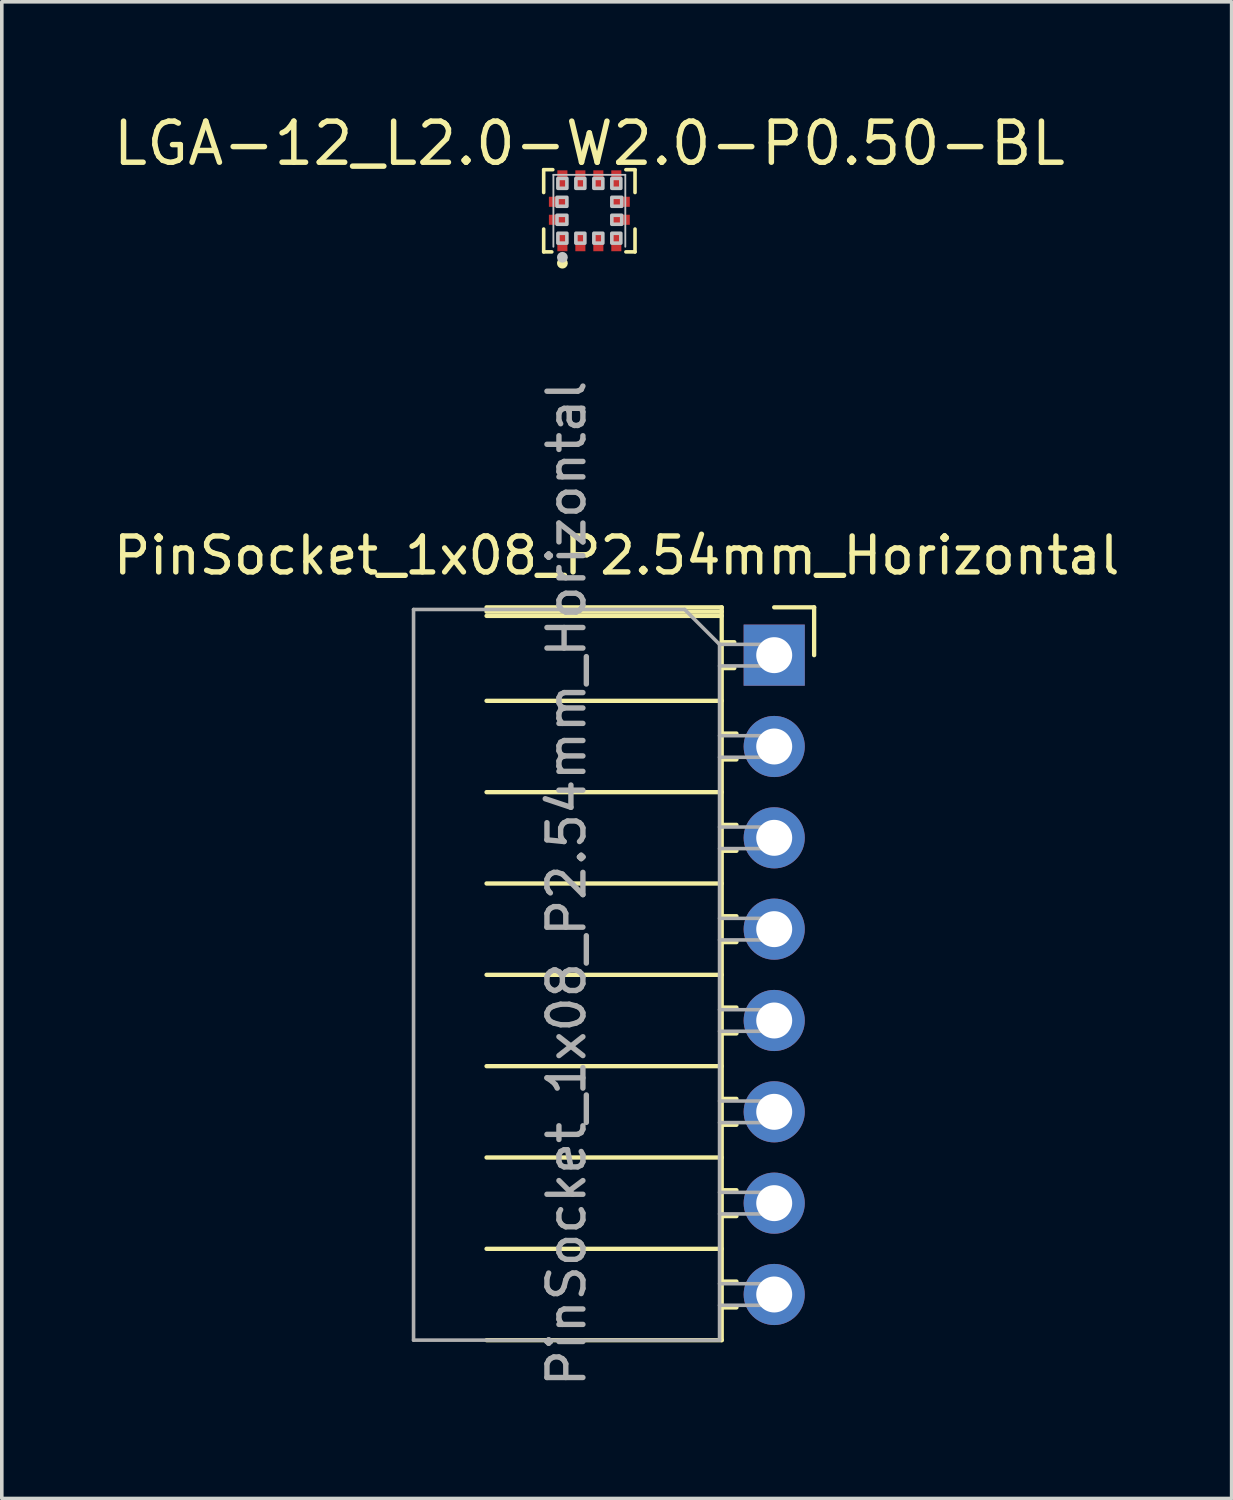
<source format=kicad_pcb>
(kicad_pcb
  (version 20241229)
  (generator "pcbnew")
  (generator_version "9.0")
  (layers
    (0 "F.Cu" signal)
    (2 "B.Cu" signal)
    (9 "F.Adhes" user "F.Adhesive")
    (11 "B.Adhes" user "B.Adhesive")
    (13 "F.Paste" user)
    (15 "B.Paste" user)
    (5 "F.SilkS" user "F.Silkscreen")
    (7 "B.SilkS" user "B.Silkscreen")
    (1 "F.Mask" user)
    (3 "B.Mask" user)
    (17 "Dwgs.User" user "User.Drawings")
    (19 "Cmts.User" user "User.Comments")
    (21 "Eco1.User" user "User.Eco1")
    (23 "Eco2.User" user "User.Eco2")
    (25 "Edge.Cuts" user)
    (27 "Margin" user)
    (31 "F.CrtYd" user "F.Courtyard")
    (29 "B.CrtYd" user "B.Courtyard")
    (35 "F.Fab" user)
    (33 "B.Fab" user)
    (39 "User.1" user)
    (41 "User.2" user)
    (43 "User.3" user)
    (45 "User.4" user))
  (footprint "PinSocket_1x08_P2.54mm_Horizontal"
    (layer "F.Cu")
    (at 18.481 24.06)
    (property "Reference" "PinSocket_1x08_P2.54mm_Horizontal" (at -4.38 -11.66 180) (layer "F.SilkS") (effects (font (size 1 1) (thickness 0.15))))
    (attr through_hole exclude_from_bom)
    (fp_line (start -8 -10.22) (end -1.46 -10.22) (stroke (width 0.12) (type solid)) (layer "F.SilkS"))
    (fp_line (start -8 -10.1) (end -1.46 -10.1) (stroke (width 0.12) (type solid)) (layer "F.SilkS"))
    (fp_line (start -8 -9.982) (end -1.46 -9.982) (stroke (width 0.12) (type solid)) (layer "F.SilkS"))
    (fp_line (start -8 -7.62) (end -1.46 -7.62) (stroke (width 0.12) (type solid)) (layer "F.SilkS"))
    (fp_line (start -8 -5.08) (end -1.46 -5.08) (stroke (width 0.12) (type solid)) (layer "F.SilkS"))
    (fp_line (start -8 -2.54) (end -1.46 -2.54) (stroke (width 0.12) (type solid)) (layer "F.SilkS"))
    (fp_line (start -8 0) (end -1.46 0) (stroke (width 0.12) (type solid)) (layer "F.SilkS"))
    (fp_line (start -8 2.54) (end -1.46 2.54) (stroke (width 0.12) (type solid)) (layer "F.SilkS"))
    (fp_line (start -8 5.08) (end -1.46 5.08) (stroke (width 0.12) (type solid)) (layer "F.SilkS"))
    (fp_line (start -8 7.62) (end -1.46 7.62) (stroke (width 0.12) (type solid)) (layer "F.SilkS"))
    (fp_line (start -8 10.16) (end -1.46 10.16) (stroke (width 0.12) (type solid)) (layer "F.SilkS"))
    (fp_line (start -1.46 -10.22) (end -1.46 10.16) (stroke (width 0.12) (type solid)) (layer "F.SilkS"))
    (fp_line (start -1.46 -9.25) (end -1.11 -9.25) (stroke (width 0.12) (type solid)) (layer "F.SilkS"))
    (fp_line (start -1.46 -8.53) (end -1.11 -8.53) (stroke (width 0.12) (type solid)) (layer "F.SilkS"))
    (fp_line (start -1.46 -6.71) (end -1.05 -6.71) (stroke (width 0.12) (type solid)) (layer "F.SilkS"))
    (fp_line (start -1.46 -5.99) (end -1.05 -5.99) (stroke (width 0.12) (type solid)) (layer "F.SilkS"))
    (fp_line (start -1.46 -4.17) (end -1.05 -4.17) (stroke (width 0.12) (type solid)) (layer "F.SilkS"))
    (fp_line (start -1.46 -3.45) (end -1.05 -3.45) (stroke (width 0.12) (type solid)) (layer "F.SilkS"))
    (fp_line (start -1.46 -1.63) (end -1.05 -1.63) (stroke (width 0.12) (type solid)) (layer "F.SilkS"))
    (fp_line (start -1.46 -0.91) (end -1.05 -0.91) (stroke (width 0.12) (type solid)) (layer "F.SilkS"))
    (fp_line (start -1.46 0.91) (end -1.05 0.91) (stroke (width 0.12) (type solid)) (layer "F.SilkS"))
    (fp_line (start -1.46 1.63) (end -1.05 1.63) (stroke (width 0.12) (type solid)) (layer "F.SilkS"))
    (fp_line (start -1.46 3.45) (end -1.05 3.45) (stroke (width 0.12) (type solid)) (layer "F.SilkS"))
    (fp_line (start -1.46 4.17) (end -1.05 4.17) (stroke (width 0.12) (type solid)) (layer "F.SilkS"))
    (fp_line (start -1.46 5.99) (end -1.05 5.99) (stroke (width 0.12) (type solid)) (layer "F.SilkS"))
    (fp_line (start -1.46 6.71) (end -1.05 6.71) (stroke (width 0.12) (type solid)) (layer "F.SilkS"))
    (fp_line (start -1.46 8.53) (end -1.05 8.53) (stroke (width 0.12) (type solid)) (layer "F.SilkS"))
    (fp_line (start -1.46 9.25) (end -1.05 9.25) (stroke (width 0.12) (type solid)) (layer "F.SilkS"))
    (fp_line (start 0 -10.22) (end 1.11 -10.22) (stroke (width 0.12) (type solid)) (layer "F.SilkS"))
    (fp_line (start 1.11 -10.22) (end 1.11 -8.89) (stroke (width 0.12) (type solid)) (layer "F.SilkS"))
    (fp_line (start -10.03 -10.16) (end -2.49 -10.16) (stroke (width 0.1) (type solid)) (layer "F.Fab"))
    (fp_line (start -10.03 10.16) (end -10.03 -10.16) (stroke (width 0.1) (type solid)) (layer "F.Fab"))
    (fp_line (start -2.49 -10.16) (end -1.52 -9.19) (stroke (width 0.1) (type solid)) (layer "F.Fab"))
    (fp_line (start -1.52 -9.19) (end -1.52 10.16) (stroke (width 0.1) (type solid)) (layer "F.Fab"))
    (fp_line (start -1.52 -8.59) (end 0 -8.59) (stroke (width 0.1) (type solid)) (layer "F.Fab"))
    (fp_line (start -1.52 -6.05) (end 0 -6.05) (stroke (width 0.1) (type solid)) (layer "F.Fab"))
    (fp_line (start -1.52 -3.51) (end 0 -3.51) (stroke (width 0.1) (type solid)) (layer "F.Fab"))
    (fp_line (start -1.52 -0.97) (end 0 -0.97) (stroke (width 0.1) (type solid)) (layer "F.Fab"))
    (fp_line (start -1.52 1.57) (end 0 1.57) (stroke (width 0.1) (type solid)) (layer "F.Fab"))
    (fp_line (start -1.52 4.11) (end 0 4.11) (stroke (width 0.1) (type solid)) (layer "F.Fab"))
    (fp_line (start -1.52 6.65) (end 0 6.65) (stroke (width 0.1) (type solid)) (layer "F.Fab"))
    (fp_line (start -1.52 9.19) (end 0 9.19) (stroke (width 0.1) (type solid)) (layer "F.Fab"))
    (fp_line (start -1.52 10.16) (end -10.03 10.16) (stroke (width 0.1) (type solid)) (layer "F.Fab"))
    (fp_line (start 0 -9.19) (end -1.52 -9.19) (stroke (width 0.1) (type solid)) (layer "F.Fab"))
    (fp_line (start 0 -8.59) (end 0 -9.19) (stroke (width 0.1) (type solid)) (layer "F.Fab"))
    (fp_line (start 0 -6.65) (end -1.52 -6.65) (stroke (width 0.1) (type solid)) (layer "F.Fab"))
    (fp_line (start 0 -6.05) (end 0 -6.65) (stroke (width 0.1) (type solid)) (layer "F.Fab"))
    (fp_line (start 0 -4.11) (end -1.52 -4.11) (stroke (width 0.1) (type solid)) (layer "F.Fab"))
    (fp_line (start 0 -3.51) (end 0 -4.11) (stroke (width 0.1) (type solid)) (layer "F.Fab"))
    (fp_line (start 0 -1.57) (end -1.52 -1.57) (stroke (width 0.1) (type solid)) (layer "F.Fab"))
    (fp_line (start 0 -0.97) (end 0 -1.57) (stroke (width 0.1) (type solid)) (layer "F.Fab"))
    (fp_line (start 0 0.97) (end -1.52 0.97) (stroke (width 0.1) (type solid)) (layer "F.Fab"))
    (fp_line (start 0 1.57) (end 0 0.97) (stroke (width 0.1) (type solid)) (layer "F.Fab"))
    (fp_line (start 0 3.51) (end -1.52 3.51) (stroke (width 0.1) (type solid)) (layer "F.Fab"))
    (fp_line (start 0 4.11) (end 0 3.51) (stroke (width 0.1) (type solid)) (layer "F.Fab"))
    (fp_line (start 0 6.05) (end -1.52 6.05) (stroke (width 0.1) (type solid)) (layer "F.Fab"))
    (fp_line (start 0 8.59) (end -1.52 8.59) (stroke (width 0.1) (type solid)) (layer "F.Fab"))
    (fp_text user "${REFERENCE}" (at -5.775 -2.54 270) (layer "F.Fab") (effects (font (size 1 1) (thickness 0.15))))
    (pad "1" thru_hole rect (at 0 -8.89) (size 1.7 1.7) (drill 1) (layers "*.Cu" "*.Mask"))
    (pad "2" thru_hole oval (at 0 -6.35) (size 1.7 1.7) (drill 1) (layers "*.Cu" "*.Mask"))
    (pad "3" thru_hole oval (at 0 -3.81) (size 1.7 1.7) (drill 1) (layers "*.Cu" "*.Mask"))
    (pad "4" thru_hole oval (at 0 -1.27) (size 1.7 1.7) (drill 1) (layers "*.Cu" "*.Mask"))
    (pad "5" thru_hole oval (at 0 1.27) (size 1.7 1.7) (drill 1) (layers "*.Cu" "*.Mask"))
    (pad "6" thru_hole oval (at 0 3.81) (size 1.7 1.7) (drill 1) (layers "*.Cu" "*.Mask"))
    (pad "7" thru_hole oval (at 0 6.35) (size 1.7 1.7) (drill 1) (layers "*.Cu" "*.Mask"))
    (pad "8" thru_hole oval (at 0 8.89) (size 1.7 1.7) (drill 1) (layers "*.Cu" "*.Mask")))
  (footprint "LGA-12_L2.0-W2.0-P0.50-BL"
    (layer "F.Cu")
    (at 13.34 2.812)
    (property "Reference" "LGA-12_L2.0-W2.0-P0.50-BL" (at 0 -2.54 0) (layer "F.SilkS") (effects (font (size 1.143 1.143) (thickness 0.152)) (justify top)))
    (attr smd)
    (fp_line (start -1.27 -1.143) (end -1.27 -0.508) (stroke (width 0.1) (type solid)) (layer "F.SilkS"))
    (fp_line (start -1.27 0.508) (end -1.27 1.143) (stroke (width 0.1) (type solid)) (layer "F.SilkS"))
    (fp_line (start -1.27 1.143) (end -1.044 1.143) (stroke (width 0.1) (type solid)) (layer "F.SilkS"))
    (fp_line (start -1.016 -1.143) (end -1.27 -1.143) (stroke (width 0.1) (type solid)) (layer "F.SilkS"))
    (fp_line (start 1.016 -1.143) (end 1.27 -1.143) (stroke (width 0.1) (type solid)) (layer "F.SilkS"))
    (fp_line (start 1.27 -1.143) (end 1.27 -0.508) (stroke (width 0.1) (type solid)) (layer "F.SilkS"))
    (fp_line (start 1.27 0.508) (end 1.27 1.143) (stroke (width 0.1) (type solid)) (layer "F.SilkS"))
    (fp_line (start 1.27 1.143) (end 1.016 1.143) (stroke (width 0.1) (type solid)) (layer "F.SilkS"))
    (fp_arc (start -0.675 1.464) (mid -0.825237 1.453343) (end -0.674675 1.457307) (stroke (width 0.15) (type solid)) (layer "F.SilkS"))
    (fp_line (start -1 -1) (end 1 -1) (stroke (width 0.051) (type solid)) (layer "Dwgs.User"))
    (fp_line (start -1 1) (end -1 -1) (stroke (width 0.051) (type solid)) (layer "Dwgs.User"))
    (fp_line (start 1 -1) (end 1 1) (stroke (width 0.051) (type solid)) (layer "Dwgs.User"))
    (fp_arc (start -0.675 1.299) (mid -0.825193 1.290342) (end -0.674764 1.29231) (stroke (width 0.15) (type solid)) (layer "Dwgs.User"))
    (fp_poly (pts (xy -0.875 0.625) (xy -0.625 0.625) (xy -0.625 0.9) (xy -0.875 0.9) (xy -0.875 0.625)) (stroke (width 0.1) (type solid)) (fill no) (layer "Dwgs.User"))
    (fp_poly (pts (xy -0.625 -0.625) (xy -0.875 -0.625) (xy -0.875 -0.9) (xy -0.625 -0.9) (xy -0.625 -0.625)) (stroke (width 0.1) (type solid)) (fill no) (layer "Dwgs.User"))
    (fp_poly (pts (xy -0.625 -0.375) (xy -0.625 -0.125) (xy -0.9 -0.125) (xy -0.9 -0.375) (xy -0.625 -0.375)) (stroke (width 0.1) (type solid)) (fill no) (layer "Dwgs.User"))
    (fp_poly (pts (xy -0.625 0.125) (xy -0.625 0.375) (xy -0.9 0.375) (xy -0.9 0.125) (xy -0.625 0.125)) (stroke (width 0.1) (type solid)) (fill no) (layer "Dwgs.User"))
    (fp_poly (pts (xy -0.375 0.625) (xy -0.125 0.625) (xy -0.125 0.9) (xy -0.375 0.9) (xy -0.375 0.625)) (stroke (width 0.1) (type solid)) (fill no) (layer "Dwgs.User"))
    (fp_poly (pts (xy -0.125 -0.625) (xy -0.375 -0.625) (xy -0.375 -0.9) (xy -0.125 -0.9) (xy -0.125 -0.625)) (stroke (width 0.1) (type solid)) (fill no) (layer "Dwgs.User"))
    (fp_poly (pts (xy 0.125 0.625) (xy 0.375 0.625) (xy 0.375 0.9) (xy 0.125 0.9) (xy 0.125 0.625)) (stroke (width 0.1) (type solid)) (fill no) (layer "Dwgs.User"))
    (fp_poly (pts (xy 0.375 -0.625) (xy 0.125 -0.625) (xy 0.125 -0.9) (xy 0.375 -0.9) (xy 0.375 -0.625)) (stroke (width 0.1) (type solid)) (fill no) (layer "Dwgs.User"))
    (fp_poly (pts (xy 0.625 -0.125) (xy 0.625 -0.375) (xy 0.9 -0.375) (xy 0.9 -0.125) (xy 0.625 -0.125)) (stroke (width 0.1) (type solid)) (fill no) (layer "Dwgs.User"))
    (fp_poly (pts (xy 0.625 0.375) (xy 0.625 0.125) (xy 0.9 0.125) (xy 0.9 0.375) (xy 0.625 0.375)) (stroke (width 0.1) (type solid)) (fill no) (layer "Dwgs.User"))
    (fp_poly (pts (xy 0.625 0.625) (xy 0.875 0.625) (xy 0.875 0.9) (xy 0.625 0.9) (xy 0.625 0.625)) (stroke (width 0.1) (type solid)) (fill no) (layer "Dwgs.User"))
    (fp_poly (pts (xy 0.875 -0.625) (xy 0.625 -0.625) (xy 0.625 -0.9) (xy 0.875 -0.9) (xy 0.875 -0.625)) (stroke (width 0.1) (type solid)) (fill no) (layer "Dwgs.User"))
    (pad "1" smd rect (at -0.75 0.875) (size 0.28 0.5) (layers "F.Cu" "F.Mask" "F.Paste"))
    (pad "2" smd rect (at -0.25 0.875) (size 0.28 0.5) (layers "F.Cu" "F.Mask" "F.Paste"))
    (pad "3" smd rect (at 0.25 0.875) (size 0.28 0.5) (layers "F.Cu" "F.Mask" "F.Paste"))
    (pad "4" smd rect (at 0.75 0.875) (size 0.28 0.5) (layers "F.Cu" "F.Mask" "F.Paste"))
    (pad "5" smd rect (at 0.875 0.25) (size 0.5 0.28) (layers "F.Cu" "F.Mask" "F.Paste"))
    (pad "6" smd rect (at 0.875 -0.25) (size 0.5 0.28) (layers "F.Cu" "F.Mask" "F.Paste"))
    (pad "7" smd rect (at 0.75 -0.875) (size 0.28 0.5) (layers "F.Cu" "F.Mask" "F.Paste"))
    (pad "8" smd rect (at 0.25 -0.875) (size 0.28 0.5) (layers "F.Cu" "F.Mask" "F.Paste"))
    (pad "9" smd rect (at -0.25 -0.875) (size 0.28 0.5) (layers "F.Cu" "F.Mask" "F.Paste"))
    (pad "10" smd rect (at -0.75 -0.875) (size 0.28 0.5) (layers "F.Cu" "F.Mask" "F.Paste"))
    (pad "11" smd rect (at -0.875 -0.25) (size 0.5 0.28) (layers "F.Cu" "F.Mask" "F.Paste"))
    (pad "12" smd rect (at -0.875 0.25) (size 0.5 0.28) (layers "F.Cu" "F.Mask" "F.Paste")))
  (gr_rect
    (start -3 -3)
    (end 31.202 38.622)
    (stroke (width 0.1) (type default))
    (fill no)
    (layer "Edge.Cuts")))
</source>
